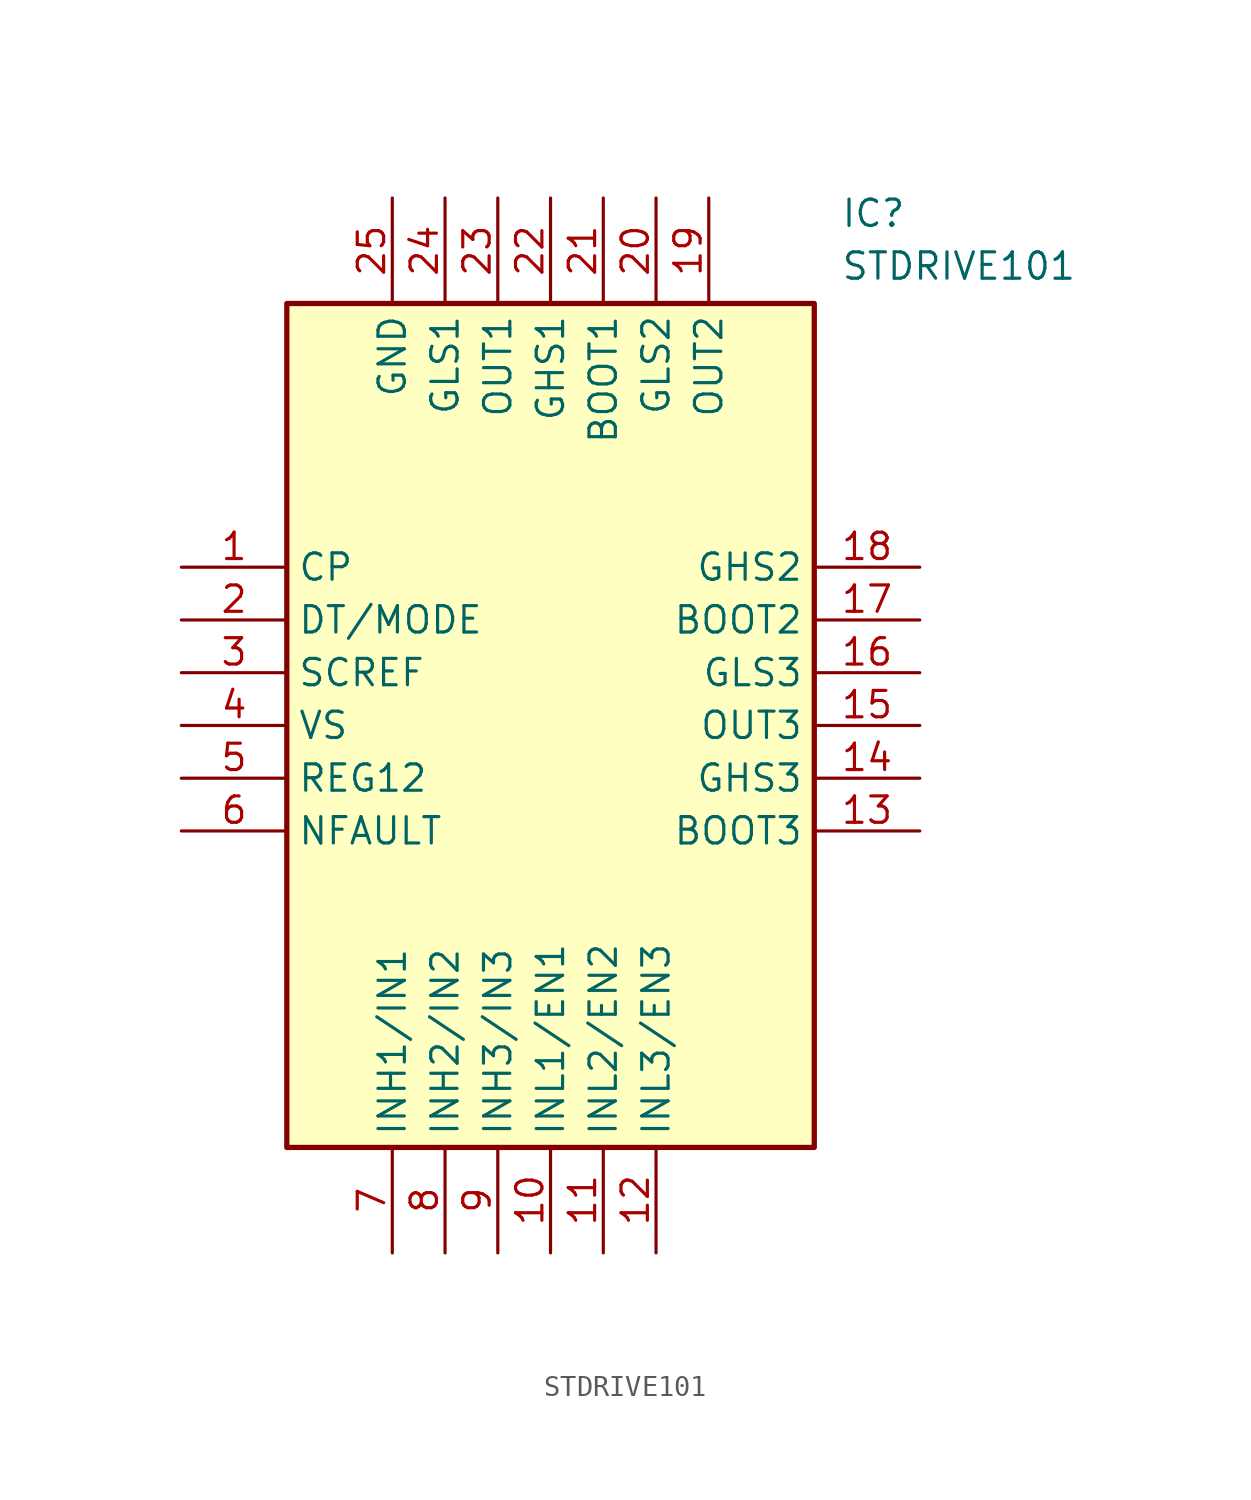
<source format=kicad_sym>
(kicad_symbol_lib
  (version 20211014)
  (generator SamacSys_ECAD_Model)
  (symbol "STDRIVE101"
    (property "Reference" "IC"
      (at 31.75 17.78 0)
      (effects (font (size 1.27 1.27)) (justify left top)))
    (property "Value" "STDRIVE101"
      (at 31.75 15.24 0)
      (effects (font (size 1.27 1.27)) (justify left top)))
    (rectangle
      (start 5.08 12.7)
      (end 30.48 -27.94)
      (stroke (width 0.254) (type default))
      (fill (type background)))
    (pin passive line
      (at 0 0 0)
      (length 5.08)
      (name "CP" (effects (font (size 1.27 1.27))))
      (number "1" (effects (font (size 1.27 1.27)))))
    (pin passive line
      (at 0 -2.54 0)
      (length 5.08)
      (name "DT/MODE" (effects (font (size 1.27 1.27))))
      (number "2" (effects (font (size 1.27 1.27)))))
    (pin passive line
      (at 0 -5.08 0)
      (length 5.08)
      (name "SCREF" (effects (font (size 1.27 1.27))))
      (number "3" (effects (font (size 1.27 1.27)))))
    (pin passive line
      (at 0 -7.62 0)
      (length 5.08)
      (name "VS" (effects (font (size 1.27 1.27))))
      (number "4" (effects (font (size 1.27 1.27)))))
    (pin passive line
      (at 0 -10.16 0)
      (length 5.08)
      (name "REG12" (effects (font (size 1.27 1.27))))
      (number "5" (effects (font (size 1.27 1.27)))))
    (pin passive line
      (at 0 -12.7 0)
      (length 5.08)
      (name "NFAULT" (effects (font (size 1.27 1.27))))
      (number "6" (effects (font (size 1.27 1.27)))))
    (pin passive line
      (at 10.16 -33.02 90)
      (length 5.08)
      (name "INH1/IN1" (effects (font (size 1.27 1.27))))
      (number "7" (effects (font (size 1.27 1.27)))))
    (pin passive line
      (at 12.7 -33.02 90)
      (length 5.08)
      (name "INH2/IN2" (effects (font (size 1.27 1.27))))
      (number "8" (effects (font (size 1.27 1.27)))))
    (pin passive line
      (at 15.24 -33.02 90)
      (length 5.08)
      (name "INH3/IN3" (effects (font (size 1.27 1.27))))
      (number "9" (effects (font (size 1.27 1.27)))))
    (pin passive line
      (at 17.78 -33.02 90)
      (length 5.08)
      (name "INL1/EN1" (effects (font (size 1.27 1.27))))
      (number "10" (effects (font (size 1.27 1.27)))))
    (pin passive line
      (at 20.32 -33.02 90)
      (length 5.08)
      (name "INL2/EN2" (effects (font (size 1.27 1.27))))
      (number "11" (effects (font (size 1.27 1.27)))))
    (pin passive line
      (at 22.86 -33.02 90)
      (length 5.08)
      (name "INL3/EN3" (effects (font (size 1.27 1.27))))
      (number "12" (effects (font (size 1.27 1.27)))))
    (pin passive line
      (at 35.56 0 180)
      (length 5.08)
      (name "GHS2" (effects (font (size 1.27 1.27))))
      (number "18" (effects (font (size 1.27 1.27)))))
    (pin passive line
      (at 35.56 -2.54 180)
      (length 5.08)
      (name "BOOT2" (effects (font (size 1.27 1.27))))
      (number "17" (effects (font (size 1.27 1.27)))))
    (pin passive line
      (at 35.56 -5.08 180)
      (length 5.08)
      (name "GLS3" (effects (font (size 1.27 1.27))))
      (number "16" (effects (font (size 1.27 1.27)))))
    (pin passive line
      (at 35.56 -7.62 180)
      (length 5.08)
      (name "OUT3" (effects (font (size 1.27 1.27))))
      (number "15" (effects (font (size 1.27 1.27)))))
    (pin passive line
      (at 35.56 -10.16 180)
      (length 5.08)
      (name "GHS3" (effects (font (size 1.27 1.27))))
      (number "14" (effects (font (size 1.27 1.27)))))
    (pin passive line
      (at 35.56 -12.7 180)
      (length 5.08)
      (name "BOOT3" (effects (font (size 1.27 1.27))))
      (number "13" (effects (font (size 1.27 1.27)))))
    (pin passive line
      (at 10.16 17.78 270)
      (length 5.08)
      (name "GND" (effects (font (size 1.27 1.27))))
      (number "25" (effects (font (size 1.27 1.27)))))
    (pin passive line
      (at 12.7 17.78 270)
      (length 5.08)
      (name "GLS1" (effects (font (size 1.27 1.27))))
      (number "24" (effects (font (size 1.27 1.27)))))
    (pin passive line
      (at 15.24 17.78 270)
      (length 5.08)
      (name "OUT1" (effects (font (size 1.27 1.27))))
      (number "23" (effects (font (size 1.27 1.27)))))
    (pin passive line
      (at 17.78 17.78 270)
      (length 5.08)
      (name "GHS1" (effects (font (size 1.27 1.27))))
      (number "22" (effects (font (size 1.27 1.27)))))
    (pin passive line
      (at 20.32 17.78 270)
      (length 5.08)
      (name "BOOT1" (effects (font (size 1.27 1.27))))
      (number "21" (effects (font (size 1.27 1.27)))))
    (pin passive line
      (at 22.86 17.78 270)
      (length 5.08)
      (name "GLS2" (effects (font (size 1.27 1.27))))
      (number "20" (effects (font (size 1.27 1.27)))))
    (pin passive line
      (at 25.4 17.78 270)
      (length 5.08)
      (name "OUT2" (effects (font (size 1.27 1.27))))
      (number "19" (effects (font (size 1.27 1.27)))))))
</source>
